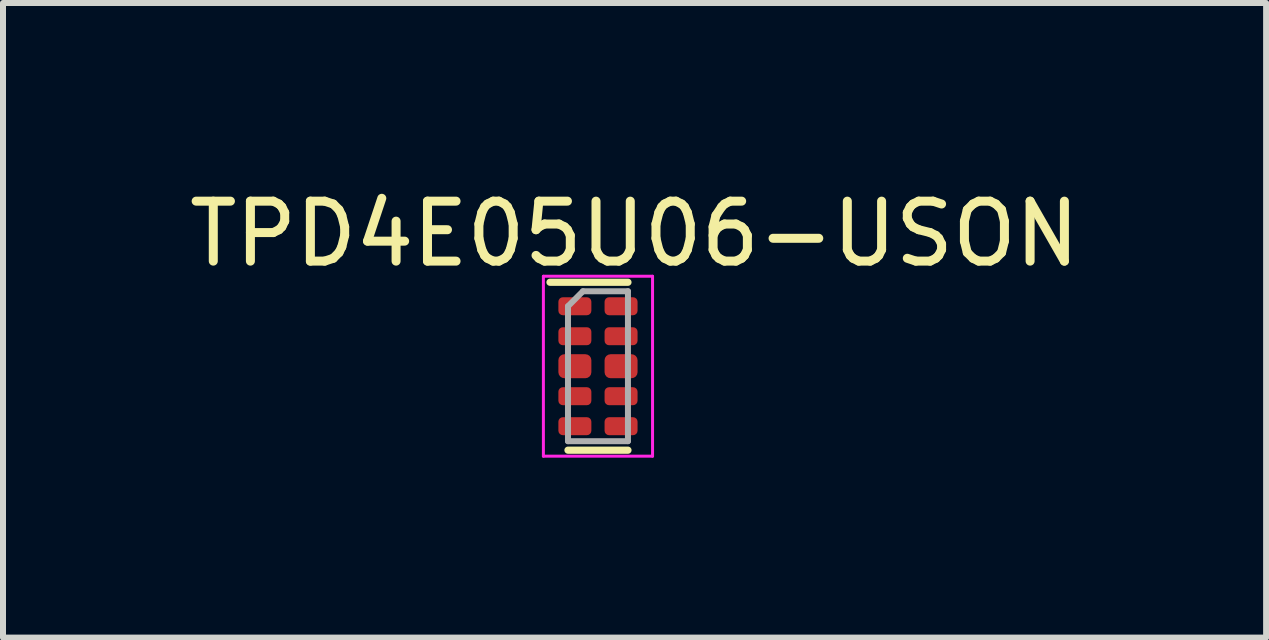
<source format=kicad_pcb>
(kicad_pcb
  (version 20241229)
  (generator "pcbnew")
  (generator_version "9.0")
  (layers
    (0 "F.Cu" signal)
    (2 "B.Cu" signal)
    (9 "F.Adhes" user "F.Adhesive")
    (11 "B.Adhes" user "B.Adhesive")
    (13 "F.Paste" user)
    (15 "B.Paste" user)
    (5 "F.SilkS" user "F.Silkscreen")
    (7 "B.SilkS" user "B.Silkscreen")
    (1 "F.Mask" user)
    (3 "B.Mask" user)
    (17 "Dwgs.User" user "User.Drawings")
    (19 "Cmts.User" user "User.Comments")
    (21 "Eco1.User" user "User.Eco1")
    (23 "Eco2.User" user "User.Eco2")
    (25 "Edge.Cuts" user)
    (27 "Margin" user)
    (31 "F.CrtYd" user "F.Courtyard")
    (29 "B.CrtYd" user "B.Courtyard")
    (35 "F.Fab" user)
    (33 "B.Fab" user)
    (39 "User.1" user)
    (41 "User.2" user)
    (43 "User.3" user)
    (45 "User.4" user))
  (footprint "TPD4E05U06-USON"
    (layer "F.Cu")
    (at 6.6 3.135)
    (property "Reference" "TPD4E05U06-USON" (at 0.93 -2.286 0) (layer "F.SilkS") (effects (font (size 1 1) (thickness 0.15))))
    (attr through_hole)
    (fp_line (start 0.82 -1.479) (end -0.48 -1.479) (stroke (width 0.12) (type solid)) (layer "F.SilkS"))
    (fp_line (start 0.82 1.321) (end -0.18 1.321) (stroke (width 0.12) (type solid)) (layer "F.SilkS"))
    (fp_line (start -0.59 -1.579) (end 1.23 -1.579) (stroke (width 0.05) (type solid)) (layer "F.CrtYd"))
    (fp_line (start -0.59 1.421) (end -0.59 -1.579) (stroke (width 0.05) (type solid)) (layer "F.CrtYd"))
    (fp_line (start 1.23 -1.579) (end 1.23 1.421) (stroke (width 0.05) (type solid)) (layer "F.CrtYd"))
    (fp_line (start 1.23 1.421) (end -0.59 1.421) (stroke (width 0.05) (type solid)) (layer "F.CrtYd"))
    (fp_line (start -0.18 -1.079) (end -0.18 1.171) (stroke (width 0.1) (type solid)) (layer "F.Fab"))
    (fp_line (start -0.18 1.171) (end 0.82 1.171) (stroke (width 0.1) (type solid)) (layer "F.Fab"))
    (fp_line (start 0.07 -1.329) (end -0.18 -1.079) (stroke (width 0.1) (type solid)) (layer "F.Fab"))
    (fp_line (start 0.82 -1.329) (end 0.07 -1.329) (stroke (width 0.1) (type solid)) (layer "F.Fab"))
    (fp_line (start 0.82 -1.329) (end 0.82 1.171) (stroke (width 0.1) (type solid)) (layer "F.Fab"))
    (pad "1" smd roundrect (at -0.065 -1.079 270) (size 0.3 0.55) (layers "F.Cu" "F.Mask" "F.Paste") (roundrect_rratio 0.25))
    (pad "2" smd roundrect (at -0.065 -0.579 270) (size 0.3 0.55) (layers "F.Cu" "F.Mask" "F.Paste") (roundrect_rratio 0.25))
    (pad "3" smd roundrect (at -0.065 -0.079 270) (size 0.4 0.55) (layers "F.Cu" "F.Mask" "F.Paste") (roundrect_rratio 0.25))
    (pad "4" smd roundrect (at -0.065 0.421 270) (size 0.3 0.55) (layers "F.Cu" "F.Mask" "F.Paste") (roundrect_rratio 0.25))
    (pad "5" smd roundrect (at -0.065 0.921 270) (size 0.3 0.55) (layers "F.Cu" "F.Mask" "F.Paste") (roundrect_rratio 0.25))
    (pad "6" smd roundrect (at 0.705 0.921 270) (size 0.3 0.55) (layers "F.Cu" "F.Mask" "F.Paste") (roundrect_rratio 0.25))
    (pad "7" smd roundrect (at 0.705 0.421 270) (size 0.3 0.55) (layers "F.Cu" "F.Mask" "F.Paste") (roundrect_rratio 0.25))
    (pad "8" smd roundrect (at 0.705 -0.079 270) (size 0.4 0.55) (layers "F.Cu" "F.Mask" "F.Paste") (roundrect_rratio 0.25))
    (pad "9" smd roundrect (at 0.705 -0.579 270) (size 0.3 0.55) (layers "F.Cu" "F.Mask" "F.Paste") (roundrect_rratio 0.25))
    (pad "10" smd roundrect (at 0.705 -1.079 270) (size 0.3 0.55) (layers "F.Cu" "F.Mask" "F.Paste") (roundrect_rratio 0.25)))
  (gr_rect
    (start -3 -3)
    (end 18.06 7.581)
    (stroke (width 0.1) (type default))
    (fill no)
    (layer "Edge.Cuts")))
</source>
